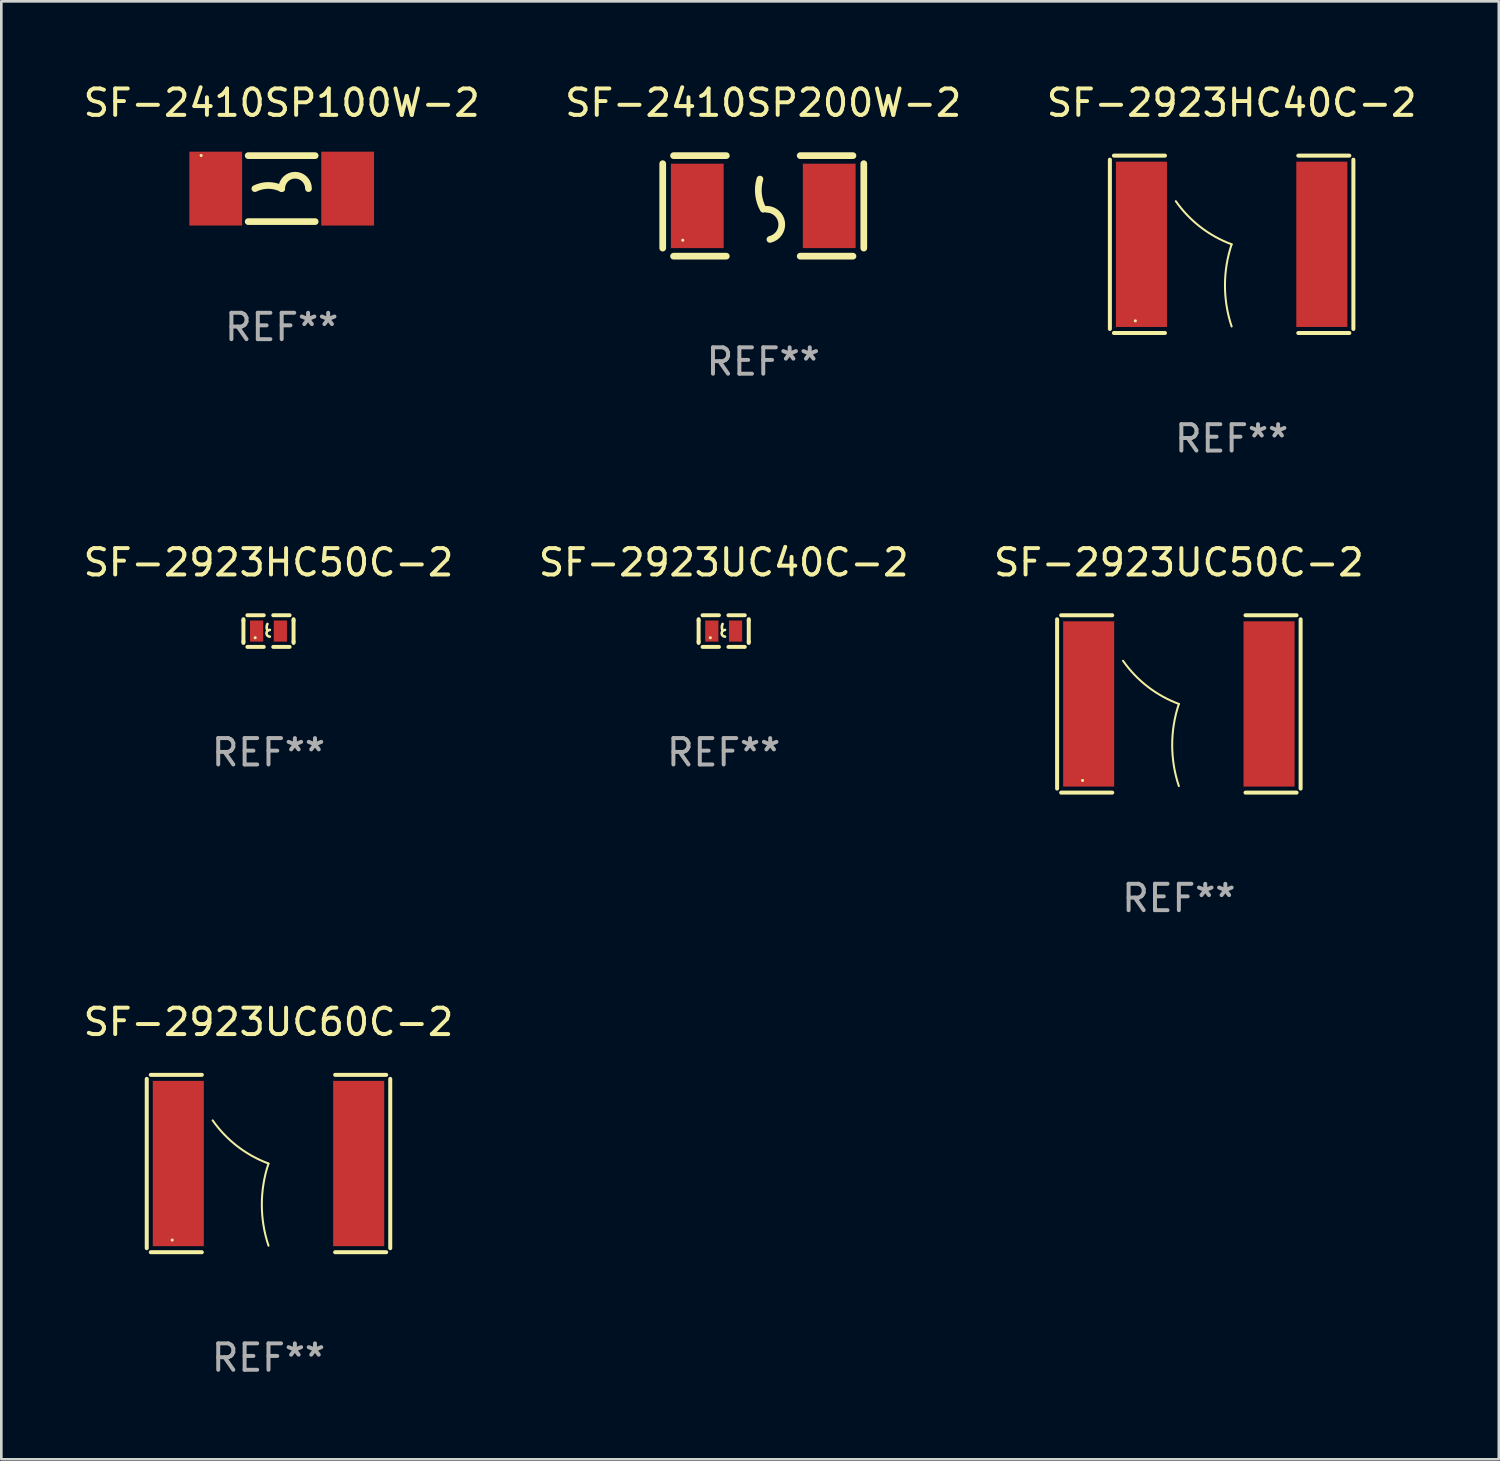
<source format=kicad_pcb>
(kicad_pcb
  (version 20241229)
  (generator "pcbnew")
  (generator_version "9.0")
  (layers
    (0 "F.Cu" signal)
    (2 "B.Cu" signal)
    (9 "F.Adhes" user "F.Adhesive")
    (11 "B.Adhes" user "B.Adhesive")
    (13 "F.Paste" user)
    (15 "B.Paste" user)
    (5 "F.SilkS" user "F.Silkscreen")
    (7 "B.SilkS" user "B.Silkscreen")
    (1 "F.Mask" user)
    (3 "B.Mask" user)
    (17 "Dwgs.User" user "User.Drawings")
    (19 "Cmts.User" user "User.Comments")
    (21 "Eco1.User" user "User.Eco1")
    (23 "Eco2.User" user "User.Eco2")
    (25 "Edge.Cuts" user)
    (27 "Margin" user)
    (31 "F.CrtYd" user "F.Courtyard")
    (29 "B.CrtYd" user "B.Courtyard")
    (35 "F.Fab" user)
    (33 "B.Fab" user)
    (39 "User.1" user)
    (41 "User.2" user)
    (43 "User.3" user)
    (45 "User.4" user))
  (footprint "SF-2410SP100W-2"
    (layer "F.Cu")
    (at 7.625 4.098)
    (property "Reference" "SF-2410SP100W-2" (at 0 -3.25 0) (layer "F.SilkS") (effects (font (size 1 1) (thickness 0.15))))
    (attr through_hole)
    (fp_line (start -1.269 -1.25) (end 1.269 -1.25) (stroke (width 0.254) (type solid)) (layer "F.SilkS"))
    (fp_line (start -1.269 1.25) (end 1.269 1.25) (stroke (width 0.254) (type solid)) (layer "F.SilkS"))
    (fp_arc (start -1.016002 0) (mid -0.508001 -0.119923) (end 0 0) (stroke (width 0.254001) (type solid)) (layer "F.SilkS"))
    (fp_arc (start 0 0) (mid 0.508001 -0.508001) (end 1.016002 0) (stroke (width 0.254001) (type solid)) (layer "F.SilkS"))
    (fp_circle (center -3.053 -1.256) (end -3.023 -1.256) (stroke (width 0.06) (type solid)) (fill no) (layer "F.SilkS"))
    (fp_text user "REF**" (at 0 5.25 0) (layer "F.Fab") (effects (font (size 1 1) (thickness 0.15))))
    (pad "1" smd rect (at -2.5 0) (size 2 2.8) (layers "F.Cu" "F.Mask" "F.Paste"))
    (pad "2" smd rect (at 2.5 0) (size 2 2.8) (layers "F.Cu" "F.Mask" "F.Paste")))
  (footprint "SF-2923UC40C-2"
    (layer "F.Cu")
    (at 24.375 20.866)
    (property "Reference" "SF-2923UC40C-2" (at 0 -2.6 0) (layer "F.SilkS") (effects (font (size 1 1) (thickness 0.15))))
    (attr through_hole)
    (fp_line (start -0.95 -0.45) (end -0.95 -0.4) (stroke (width 0.15) (type solid)) (layer "F.SilkS"))
    (fp_line (start -0.95 -0.4) (end -0.95 0.4) (stroke (width 0.15) (type solid)) (layer "F.SilkS"))
    (fp_line (start -0.95 0.45) (end -0.95 0.4) (stroke (width 0.15) (type solid)) (layer "F.SilkS"))
    (fp_line (start -0.18 -0.6) (end -0.8 -0.6) (stroke (width 0.15) (type solid)) (layer "F.SilkS"))
    (fp_line (start -0.18 0.6) (end -0.8 0.6) (stroke (width 0.15) (type solid)) (layer "F.SilkS"))
    (fp_line (start 0.18 -0.6) (end 0.8 -0.6) (stroke (width 0.15) (type solid)) (layer "F.SilkS"))
    (fp_line (start 0.18 0.6) (end 0.8 0.6) (stroke (width 0.15) (type solid)) (layer "F.SilkS"))
    (fp_line (start 0.95 -0.45) (end 0.95 -0.4) (stroke (width 0.15) (type solid)) (layer "F.SilkS"))
    (fp_line (start 0.95 -0.4) (end 0.95 0.4) (stroke (width 0.15) (type solid)) (layer "F.SilkS"))
    (fp_line (start 0.95 0.45) (end 0.95 0.4) (stroke (width 0.15) (type solid)) (layer "F.SilkS"))
    (fp_arc (start -0.039942 -0.016052) (mid -0.069923 -0.143053) (end -0.039942 -0.270053) (stroke (width 0.1) (type solid)) (layer "F.SilkS"))
    (fp_arc (start 0.050076 0.209957) (mid -0.076924 0.082957) (end 0.050076 -0.044043) (stroke (width 0.1) (type solid)) (layer "F.SilkS"))
    (fp_circle (center -0.505 0.253) (end -0.475 0.253) (stroke (width 0.06) (type solid)) (fill no) (layer "F.SilkS"))
    (fp_text user "REF**" (at 0 4.6 0) (layer "F.Fab") (effects (font (size 1 1) (thickness 0.15))))
    (pad "1" smd rect (at -0.45 -0.000051) (size 0.5 0.8) (layers "F.Cu" "F.Mask" "F.Paste"))
    (pad "2" smd rect (at 0.45 -0.000051) (size 0.5 0.8) (layers "F.Cu" "F.Mask" "F.Paste")))
  (footprint "SF-2410SP200W-2"
    (layer "F.Cu")
    (at 25.875 4.753)
    (property "Reference" "SF-2410SP200W-2" (at 0 -3.905 0) (layer "F.SilkS") (effects (font (size 1 1) (thickness 0.15))))
    (attr through_hole)
    (fp_line (start -3.81 -1.6) (end -3.81 1.6) (stroke (width 0.254) (type solid)) (layer "F.SilkS"))
    (fp_line (start -3.4 -1.905) (end -1.4 -1.905) (stroke (width 0.254) (type solid)) (layer "F.SilkS"))
    (fp_line (start -3.4 1.905) (end -1.4 1.905) (stroke (width 0.254) (type solid)) (layer "F.SilkS"))
    (fp_line (start 1.4 -1.905) (end 3.4 -1.905) (stroke (width 0.254) (type solid)) (layer "F.SilkS"))
    (fp_line (start 1.4 1.905) (end 3.4 1.905) (stroke (width 0.254) (type solid)) (layer "F.SilkS"))
    (fp_line (start 3.81 -1.6) (end 3.81 1.6) (stroke (width 0.254) (type solid)) (layer "F.SilkS"))
    (fp_arc (start 0 0.127) (mid -0.178599 -0.431712) (end -0.127 -1.016002) (stroke (width 0.254001) (type solid)) (layer "F.SilkS"))
    (fp_arc (start 0.126999 0.127) (mid 0.698883 0.642014) (end 0.254001 1.270003) (stroke (width 0.254001) (type solid)) (layer "F.SilkS"))
    (fp_circle (center -3.05 1.3) (end -3.02 1.3) (stroke (width 0.06) (type solid)) (fill no) (layer "F.SilkS"))
    (fp_text user "REF**" (at 0 5.905 0) (layer "F.Fab") (effects (font (size 1 1) (thickness 0.15))))
    (pad "1" smd rect (at -2.5 0) (size 2 3.2) (layers "F.Cu" "F.Mask" "F.Paste"))
    (pad "2" smd rect (at 2.5 0) (size 2 3.2) (layers "F.Cu" "F.Mask" "F.Paste")))
  (footprint "SF-2923HC40C-2"
    (layer "F.Cu")
    (at 43.625 6.209)
    (property "Reference" "SF-2923HC40C-2" (at 0 -5.361 0) (layer "F.SilkS") (effects (font (size 1 1) (thickness 0.15))))
    (attr through_hole)
    (fp_line (start -4.614 -3.208) (end -4.614 3.208) (stroke (width 0.152) (type solid)) (layer "F.SilkS"))
    (fp_line (start -4.461 3.361) (end -2.526 3.361) (stroke (width 0.152) (type solid)) (layer "F.SilkS"))
    (fp_line (start -2.526 -3.361) (end -4.461 -3.361) (stroke (width 0.152) (type solid)) (layer "F.SilkS"))
    (fp_line (start 2.526 -3.361) (end 4.461 -3.361) (stroke (width 0.152) (type solid)) (layer "F.SilkS"))
    (fp_line (start 4.461 3.361) (end 2.526 3.361) (stroke (width 0.152) (type solid)) (layer "F.SilkS"))
    (fp_line (start 4.614 -3.208) (end 4.614 3.208) (stroke (width 0.152) (type solid)) (layer "F.SilkS"))
    (fp_arc (start 0 0) (mid -1.182693 -0.656022) (end -2.115669 -1.635146) (stroke (width 0.0762) (type solid)) (layer "F.SilkS"))
    (fp_arc (start 0 3.112949) (mid -0.252581 1.556474) (end 0 0) (stroke (width 0.0762) (type solid)) (layer "F.SilkS"))
    (fp_circle (center -3.65 2.9) (end -3.62 2.9) (stroke (width 0.06) (type solid)) (fill no) (layer "F.SilkS"))
    (fp_text user "REF**" (at 0 7.361 0) (layer "F.Fab") (effects (font (size 1 1) (thickness 0.15))))
    (pad "1" smd rect (at -3.418 0) (size 1.935 6.264) (layers "F.Cu" "F.Mask" "F.Paste"))
    (pad "2" smd rect (at 3.418 0) (size 1.935 6.264) (layers "F.Cu" "F.Mask" "F.Paste")))
  (footprint "SF-2923UC60C-2"
    (layer "F.Cu")
    (at 7.125 41.044)
    (property "Reference" "SF-2923UC60C-2" (at 0 -5.361 0) (layer "F.SilkS") (effects (font (size 1 1) (thickness 0.15))))
    (attr through_hole)
    (fp_line (start -4.614 -3.208) (end -4.614 3.208) (stroke (width 0.152) (type solid)) (layer "F.SilkS"))
    (fp_line (start -4.461 3.361) (end -2.526 3.361) (stroke (width 0.152) (type solid)) (layer "F.SilkS"))
    (fp_line (start -2.526 -3.361) (end -4.461 -3.361) (stroke (width 0.152) (type solid)) (layer "F.SilkS"))
    (fp_line (start 2.526 -3.361) (end 4.461 -3.361) (stroke (width 0.152) (type solid)) (layer "F.SilkS"))
    (fp_line (start 4.461 3.361) (end 2.526 3.361) (stroke (width 0.152) (type solid)) (layer "F.SilkS"))
    (fp_line (start 4.614 -3.208) (end 4.614 3.208) (stroke (width 0.152) (type solid)) (layer "F.SilkS"))
    (fp_arc (start 0 0) (mid -1.182693 -0.656022) (end -2.115669 -1.635146) (stroke (width 0.0762) (type solid)) (layer "F.SilkS"))
    (fp_arc (start 0 3.112949) (mid -0.252581 1.556474) (end 0 0) (stroke (width 0.0762) (type solid)) (layer "F.SilkS"))
    (fp_circle (center -3.65 2.9) (end -3.62 2.9) (stroke (width 0.06) (type solid)) (fill no) (layer "F.SilkS"))
    (fp_text user "REF**" (at 0 7.361 0) (layer "F.Fab") (effects (font (size 1 1) (thickness 0.15))))
    (pad "1" smd rect (at -3.418 0) (size 1.935 6.264) (layers "F.Cu" "F.Mask" "F.Paste"))
    (pad "2" smd rect (at 3.418 0) (size 1.935 6.264) (layers "F.Cu" "F.Mask" "F.Paste")))
  (footprint "SF-2923UC50C-2"
    (layer "F.Cu")
    (at 41.625 23.627)
    (property "Reference" "SF-2923UC50C-2" (at 0 -5.361 0) (layer "F.SilkS") (effects (font (size 1 1) (thickness 0.15))))
    (attr through_hole)
    (fp_line (start -4.614 -3.208) (end -4.614 3.208) (stroke (width 0.152) (type solid)) (layer "F.SilkS"))
    (fp_line (start -4.461 3.361) (end -2.526 3.361) (stroke (width 0.152) (type solid)) (layer "F.SilkS"))
    (fp_line (start -2.526 -3.361) (end -4.461 -3.361) (stroke (width 0.152) (type solid)) (layer "F.SilkS"))
    (fp_line (start 2.526 -3.361) (end 4.461 -3.361) (stroke (width 0.152) (type solid)) (layer "F.SilkS"))
    (fp_line (start 4.461 3.361) (end 2.526 3.361) (stroke (width 0.152) (type solid)) (layer "F.SilkS"))
    (fp_line (start 4.614 -3.208) (end 4.614 3.208) (stroke (width 0.152) (type solid)) (layer "F.SilkS"))
    (fp_arc (start 0 0) (mid -1.182693 -0.656022) (end -2.115669 -1.635146) (stroke (width 0.0762) (type solid)) (layer "F.SilkS"))
    (fp_arc (start 0 3.112949) (mid -0.252581 1.556474) (end 0 0) (stroke (width 0.0762) (type solid)) (layer "F.SilkS"))
    (fp_circle (center -3.65 2.9) (end -3.62 2.9) (stroke (width 0.06) (type solid)) (fill no) (layer "F.SilkS"))
    (fp_text user "REF**" (at 0 7.361 0) (layer "F.Fab") (effects (font (size 1 1) (thickness 0.15))))
    (pad "1" smd rect (at -3.418 0) (size 1.935 6.264) (layers "F.Cu" "F.Mask" "F.Paste"))
    (pad "2" smd rect (at 3.418 0) (size 1.935 6.264) (layers "F.Cu" "F.Mask" "F.Paste")))
  (footprint "SF-2923HC50C-2"
    (layer "F.Cu")
    (at 7.125 20.866)
    (property "Reference" "SF-2923HC50C-2" (at 0 -2.6 0) (layer "F.SilkS") (effects (font (size 1 1) (thickness 0.15))))
    (attr through_hole)
    (fp_line (start -0.95 -0.45) (end -0.95 -0.4) (stroke (width 0.15) (type solid)) (layer "F.SilkS"))
    (fp_line (start -0.95 -0.4) (end -0.95 0.4) (stroke (width 0.15) (type solid)) (layer "F.SilkS"))
    (fp_line (start -0.95 0.45) (end -0.95 0.4) (stroke (width 0.15) (type solid)) (layer "F.SilkS"))
    (fp_line (start -0.18 -0.6) (end -0.8 -0.6) (stroke (width 0.15) (type solid)) (layer "F.SilkS"))
    (fp_line (start -0.18 0.6) (end -0.8 0.6) (stroke (width 0.15) (type solid)) (layer "F.SilkS"))
    (fp_line (start 0.18 -0.6) (end 0.8 -0.6) (stroke (width 0.15) (type solid)) (layer "F.SilkS"))
    (fp_line (start 0.18 0.6) (end 0.8 0.6) (stroke (width 0.15) (type solid)) (layer "F.SilkS"))
    (fp_line (start 0.95 -0.45) (end 0.95 -0.4) (stroke (width 0.15) (type solid)) (layer "F.SilkS"))
    (fp_line (start 0.95 -0.4) (end 0.95 0.4) (stroke (width 0.15) (type solid)) (layer "F.SilkS"))
    (fp_line (start 0.95 0.45) (end 0.95 0.4) (stroke (width 0.15) (type solid)) (layer "F.SilkS"))
    (fp_arc (start -0.039942 -0.016052) (mid -0.069923 -0.143053) (end -0.039942 -0.270053) (stroke (width 0.1) (type solid)) (layer "F.SilkS"))
    (fp_arc (start 0.050076 0.209957) (mid -0.076924 0.082957) (end 0.050076 -0.044043) (stroke (width 0.1) (type solid)) (layer "F.SilkS"))
    (fp_circle (center -0.505 0.253) (end -0.475 0.253) (stroke (width 0.06) (type solid)) (fill no) (layer "F.SilkS"))
    (fp_text user "REF**" (at 0 4.6 0) (layer "F.Fab") (effects (font (size 1 1) (thickness 0.15))))
    (pad "1" smd rect (at -0.45 -0.000051) (size 0.5 0.8) (layers "F.Cu" "F.Mask" "F.Paste"))
    (pad "2" smd rect (at 0.45 -0.000051) (size 0.5 0.8) (layers "F.Cu" "F.Mask" "F.Paste")))
  (gr_rect
    (start -3 -3)
    (end 53.75 52.253)
    (stroke (width 0.1) (type default))
    (fill no)
    (layer "Edge.Cuts")))
</source>
